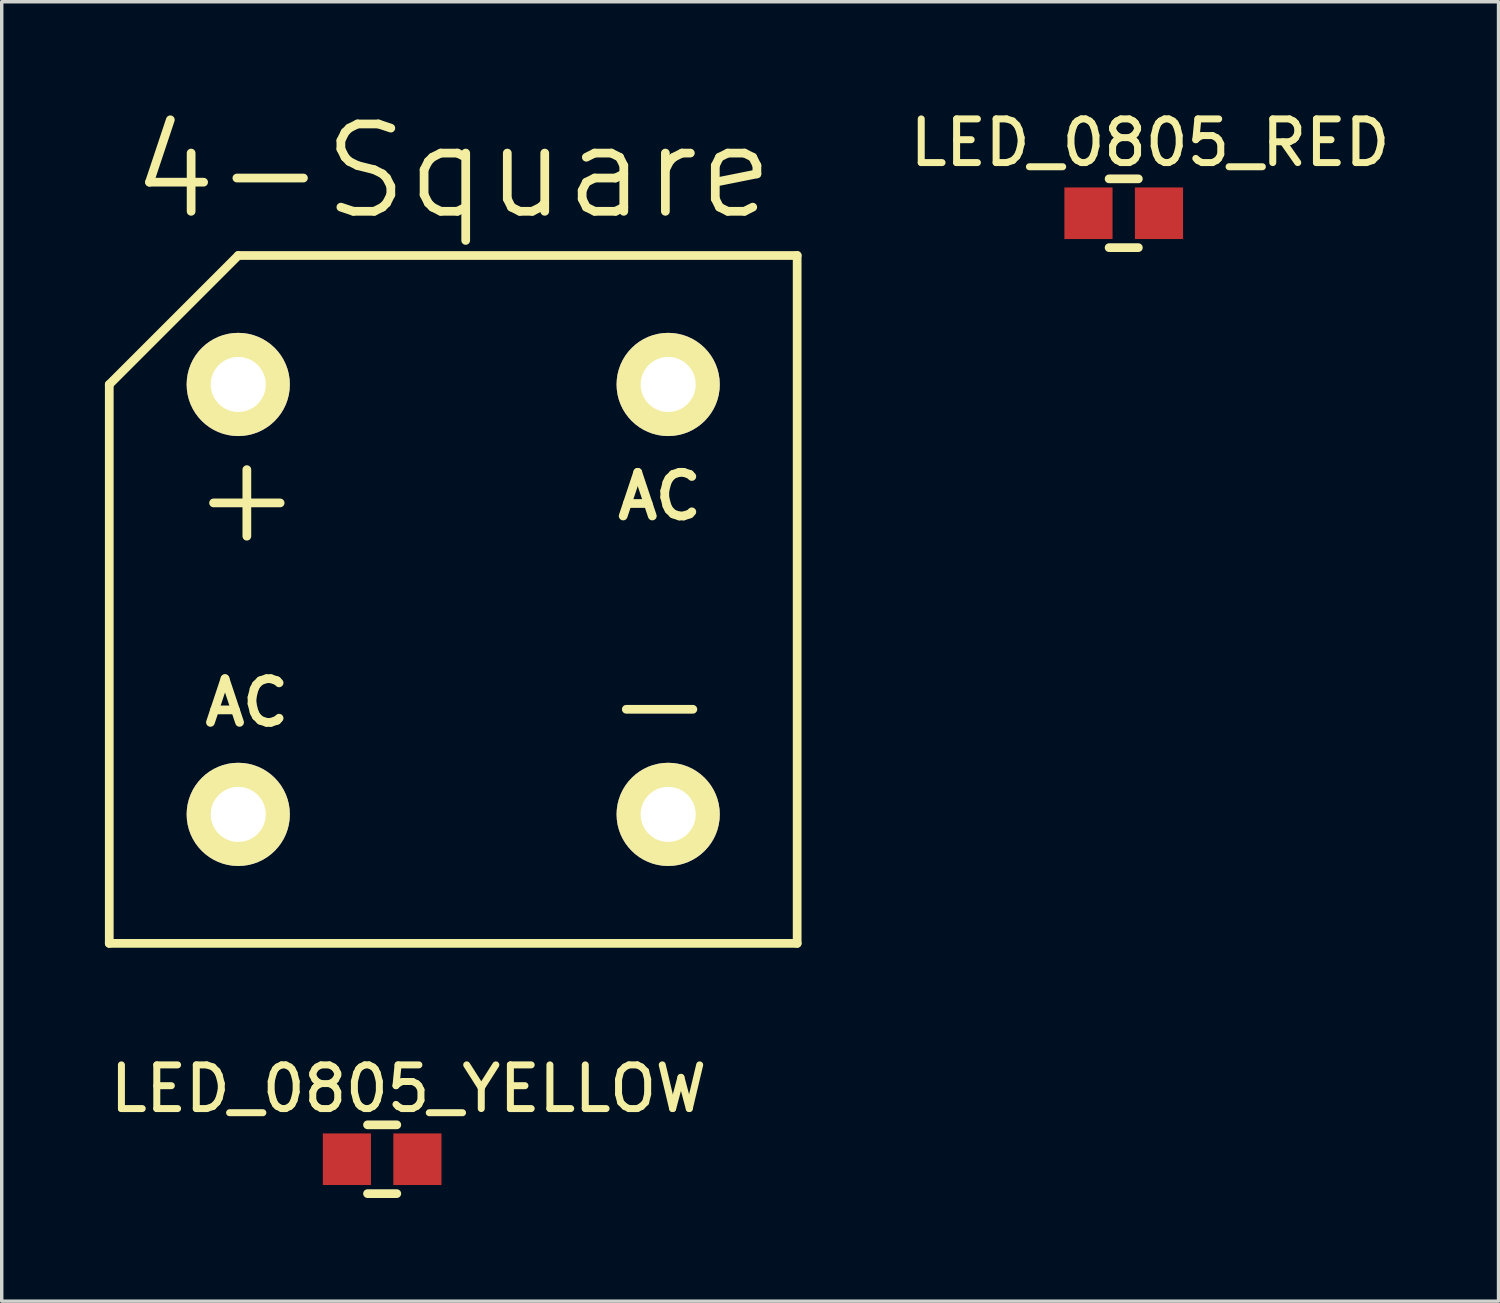
<source format=kicad_pcb>
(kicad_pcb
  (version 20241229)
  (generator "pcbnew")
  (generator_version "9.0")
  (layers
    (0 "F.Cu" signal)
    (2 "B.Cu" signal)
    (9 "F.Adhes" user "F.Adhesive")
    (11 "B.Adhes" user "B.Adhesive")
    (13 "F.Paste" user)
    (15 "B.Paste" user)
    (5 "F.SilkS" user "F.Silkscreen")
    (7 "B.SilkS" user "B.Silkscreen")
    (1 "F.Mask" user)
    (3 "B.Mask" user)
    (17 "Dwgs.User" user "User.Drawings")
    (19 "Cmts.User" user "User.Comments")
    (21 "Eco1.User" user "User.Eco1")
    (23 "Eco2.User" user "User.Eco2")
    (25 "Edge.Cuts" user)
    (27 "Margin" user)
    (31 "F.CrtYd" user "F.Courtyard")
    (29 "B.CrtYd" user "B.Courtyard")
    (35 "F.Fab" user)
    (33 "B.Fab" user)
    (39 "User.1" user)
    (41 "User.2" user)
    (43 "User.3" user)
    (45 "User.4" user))
  (footprint "LED_0805_RED"
    (layer "F.Cu")
    (at 28.597 3.15)
    (property "Reference" "LED_0805_RED" (at 1.79 -2.05 0) (layer "F.SilkS") (effects (font (size 1.27 1.27) (thickness 0.203))))
    (attr through_hole)
    (fp_line (start 0.6 -1) (end 1.45 -1) (stroke (width 0.254) (type solid)) (layer "F.SilkS"))
    (fp_line (start 0.6 1) (end 1.45 1) (stroke (width 0.254) (type solid)) (layer "F.SilkS"))
    (pad "1" smd rect (at 0 0) (size 1.4 1.5) (layers "F.Cu" "F.Mask" "F.Paste"))
    (pad "2" smd rect (at 2.05 0) (size 1.4 1.5) (layers "F.Cu" "F.Mask" "F.Paste")))
  (footprint "4-Square"
    (layer "F.Cu")
    (at 10.127 14.378)
    (property "Reference" "4-Square" (at 0 -12.446 0) (layer "F.SilkS") (effects (font (size 2.54 2.54) (thickness 0.254))))
    (attr through_hole)
    (fp_line (start -10 -6.25) (end -6.25 -10) (stroke (width 0.254) (type solid)) (layer "F.SilkS"))
    (fp_line (start -10 10) (end -10 -6.25) (stroke (width 0.254) (type solid)) (layer "F.SilkS"))
    (fp_line (start -10 10) (end 10 10) (stroke (width 0.254) (type solid)) (layer "F.SilkS"))
    (fp_line (start -6.25 -10) (end 10 -10) (stroke (width 0.254) (type solid)) (layer "F.SilkS"))
    (fp_line (start 10 10) (end 10 -10) (stroke (width 0.254) (type solid)) (layer "F.SilkS"))
    (fp_text user "+" (at -6 -3 0) (layer "F.SilkS") (effects (font (size 2.54 2.54) (thickness 0.254))))
    (fp_text user "-" (at 6 3 0) (layer "F.SilkS") (effects (font (size 2.54 2.54) (thickness 0.254))))
    (fp_text user "AC" (at -6 3 0) (layer "F.SilkS") (effects (font (size 1.27 1.27) (thickness 0.254))))
    (fp_text user "AC" (at 6 -3 0) (layer "F.SilkS") (effects (font (size 1.27 1.27) (thickness 0.254))))
    (pad "1" thru_hole circle (at -6.25 -6.25) (size 3 3) (drill 1.6) (layers "*.Cu" "*.Mask" "F.SilkS"))
    (pad "2" thru_hole circle (at -6.25 6.25) (size 3 3) (drill 1.6) (layers "*.Cu" "*.Mask" "F.SilkS"))
    (pad "3" thru_hole circle (at 6.25 6.25) (size 3 3) (drill 1.6) (layers "*.Cu" "*.Mask" "F.SilkS"))
    (pad "4" thru_hole circle (at 6.25 -6.25) (size 3 3) (drill 1.6) (layers "*.Cu" "*.Mask" "F.SilkS")))
  (footprint "LED_0805_YELLOW"
    (layer "F.Cu")
    (at 7.036 30.654)
    (property "Reference" "LED_0805_YELLOW" (at 1.79 -2.05 0) (layer "F.SilkS") (effects (font (size 1.27 1.27) (thickness 0.203))))
    (attr through_hole)
    (fp_line (start 0.6 -1) (end 1.45 -1) (stroke (width 0.254) (type solid)) (layer "F.SilkS"))
    (fp_line (start 0.6 1) (end 1.45 1) (stroke (width 0.254) (type solid)) (layer "F.SilkS"))
    (pad "1" smd rect (at 0 0) (size 1.4 1.5) (layers "F.Cu" "F.Mask" "F.Paste"))
    (pad "2" smd rect (at 2.05 0) (size 1.4 1.5) (layers "F.Cu" "F.Mask" "F.Paste")))
  (gr_rect
    (start -3 -3)
    (end 40.519 34.781)
    (stroke (width 0.1) (type default))
    (fill no)
    (layer "Edge.Cuts")))
</source>
